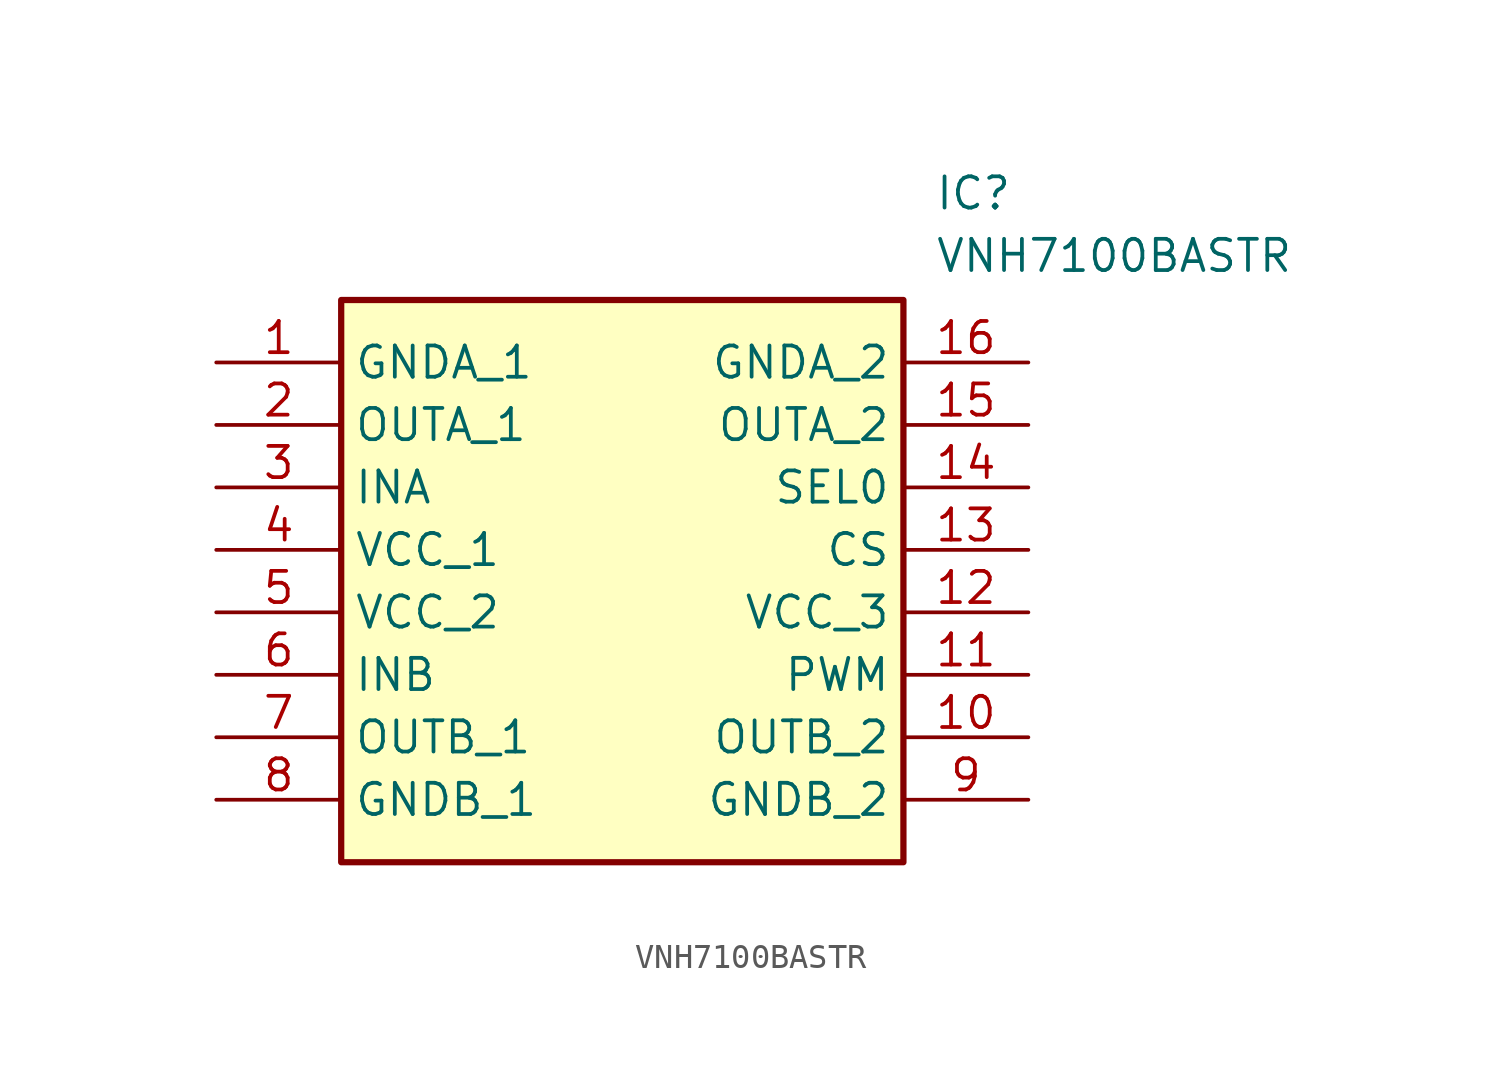
<source format=kicad_sym>
(kicad_symbol_lib
  (version 20211014)
  (generator SamacSys_ECAD_Model)
  (symbol "VNH7100BASTR"
    (property "Reference" "IC"
      (at 29.21 7.62 0)
      (effects (font (size 1.27 1.27)) (justify left top)))
    (property "Value" "VNH7100BASTR"
      (at 29.21 5.08 0)
      (effects (font (size 1.27 1.27)) (justify left top)))
    (rectangle
      (start 5.08 2.54)
      (end 27.94 -20.32)
      (stroke (width 0.254) (type default))
      (fill (type background)))
    (pin passive line
      (at 0 0 0)
      (length 5.08)
      (name "GNDA_1" (effects (font (size 1.27 1.27))))
      (number "1" (effects (font (size 1.27 1.27)))))
    (pin passive line
      (at 0 -2.54 0)
      (length 5.08)
      (name "OUTA_1" (effects (font (size 1.27 1.27))))
      (number "2" (effects (font (size 1.27 1.27)))))
    (pin passive line
      (at 0 -5.08 0)
      (length 5.08)
      (name "INA" (effects (font (size 1.27 1.27))))
      (number "3" (effects (font (size 1.27 1.27)))))
    (pin passive line
      (at 0 -7.62 0)
      (length 5.08)
      (name "VCC_1" (effects (font (size 1.27 1.27))))
      (number "4" (effects (font (size 1.27 1.27)))))
    (pin passive line
      (at 0 -10.16 0)
      (length 5.08)
      (name "VCC_2" (effects (font (size 1.27 1.27))))
      (number "5" (effects (font (size 1.27 1.27)))))
    (pin passive line
      (at 0 -12.7 0)
      (length 5.08)
      (name "INB" (effects (font (size 1.27 1.27))))
      (number "6" (effects (font (size 1.27 1.27)))))
    (pin passive line
      (at 0 -15.24 0)
      (length 5.08)
      (name "OUTB_1" (effects (font (size 1.27 1.27))))
      (number "7" (effects (font (size 1.27 1.27)))))
    (pin passive line
      (at 0 -17.78 0)
      (length 5.08)
      (name "GNDB_1" (effects (font (size 1.27 1.27))))
      (number "8" (effects (font (size 1.27 1.27)))))
    (pin passive line
      (at 33.02 0 180)
      (length 5.08)
      (name "GNDA_2" (effects (font (size 1.27 1.27))))
      (number "16" (effects (font (size 1.27 1.27)))))
    (pin passive line
      (at 33.02 -2.54 180)
      (length 5.08)
      (name "OUTA_2" (effects (font (size 1.27 1.27))))
      (number "15" (effects (font (size 1.27 1.27)))))
    (pin passive line
      (at 33.02 -5.08 180)
      (length 5.08)
      (name "SEL0" (effects (font (size 1.27 1.27))))
      (number "14" (effects (font (size 1.27 1.27)))))
    (pin passive line
      (at 33.02 -7.62 180)
      (length 5.08)
      (name "CS" (effects (font (size 1.27 1.27))))
      (number "13" (effects (font (size 1.27 1.27)))))
    (pin passive line
      (at 33.02 -10.16 180)
      (length 5.08)
      (name "VCC_3" (effects (font (size 1.27 1.27))))
      (number "12" (effects (font (size 1.27 1.27)))))
    (pin passive line
      (at 33.02 -12.7 180)
      (length 5.08)
      (name "PWM" (effects (font (size 1.27 1.27))))
      (number "11" (effects (font (size 1.27 1.27)))))
    (pin passive line
      (at 33.02 -15.24 180)
      (length 5.08)
      (name "OUTB_2" (effects (font (size 1.27 1.27))))
      (number "10" (effects (font (size 1.27 1.27)))))
    (pin passive line
      (at 33.02 -17.78 180)
      (length 5.08)
      (name "GNDB_2" (effects (font (size 1.27 1.27))))
      (number "9" (effects (font (size 1.27 1.27)))))))
</source>
